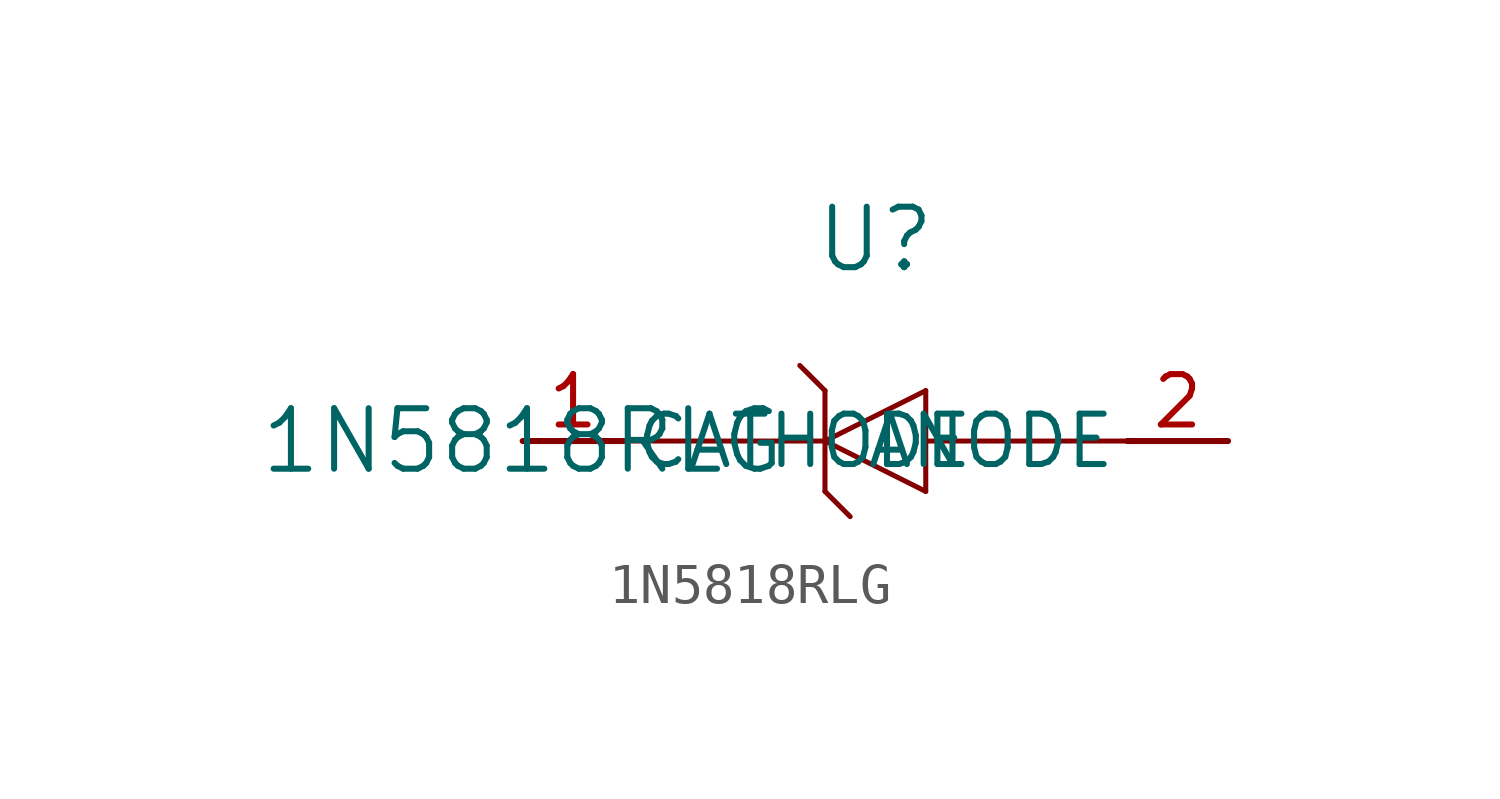
<source format=kicad_sym>
(kicad_symbol_lib
  (version 20211014)
  (generator kicad_symbol_editor)
  (symbol "1N5818RLG"
    (pin_names
      (offset 0.254))
    (property "Reference" "U"
      (at 8.89 5.08 0)
      (effects (font (size 1.524 1.524))))
    (property "Value" "1N5818RLG"
      (at 0 0 0)
      (effects (font (size 1.524 1.524))))
    (symbol "1N5818RLG_0_1"
      (polyline (pts (xy 2.54 0) (xy 7.62 0)) (stroke (width 0.127) (type default) (color 0 0 0 0)) (fill (type none)))
      (polyline (pts (xy 15.24 0) (xy 10.16 0)) (stroke (width 0.127) (type default) (color 0 0 0 0)) (fill (type none)))
      (polyline (pts (xy 7.62 -1.27) (xy 7.62 1.27)) (stroke (width 0.127) (type default) (color 0 0 0 0)) (fill (type none)))
      (polyline (pts (xy 10.16 -1.27) (xy 10.16 1.27)) (stroke (width 0.127) (type default) (color 0 0 0 0)) (fill (type none)))
      (polyline (pts (xy 10.16 -1.27) (xy 7.62 0)) (stroke (width 0.127) (type default) (color 0 0 0 0)) (fill (type none)))
      (polyline (pts (xy 10.16 1.27) (xy 7.62 0)) (stroke (width 0.127) (type default) (color 0 0 0 0)) (fill (type none)))
      (polyline (pts (xy 7.62 1.27) (xy 6.985 1.905)) (stroke (width 0.127) (type default) (color 0 0 0 0)) (fill (type none)))
      (polyline (pts (xy 7.62 -1.27) (xy 8.255 -1.905)) (stroke (width 0.127) (type default) (color 0 0 0 0)) (fill (type none)))
      (pin unspecified line (at 0 0 0) (length 2.54) (name "CATHODE" (effects (font (size 1.27 1.27)))) (number "1" (effects (font (size 1.27 1.27)))))
      (pin unspecified line (at 17.78 0 180) (length 2.54) (name "ANODE" (effects (font (size 1.27 1.27)))) (number "2" (effects (font (size 1.27 1.27))))))))
</source>
